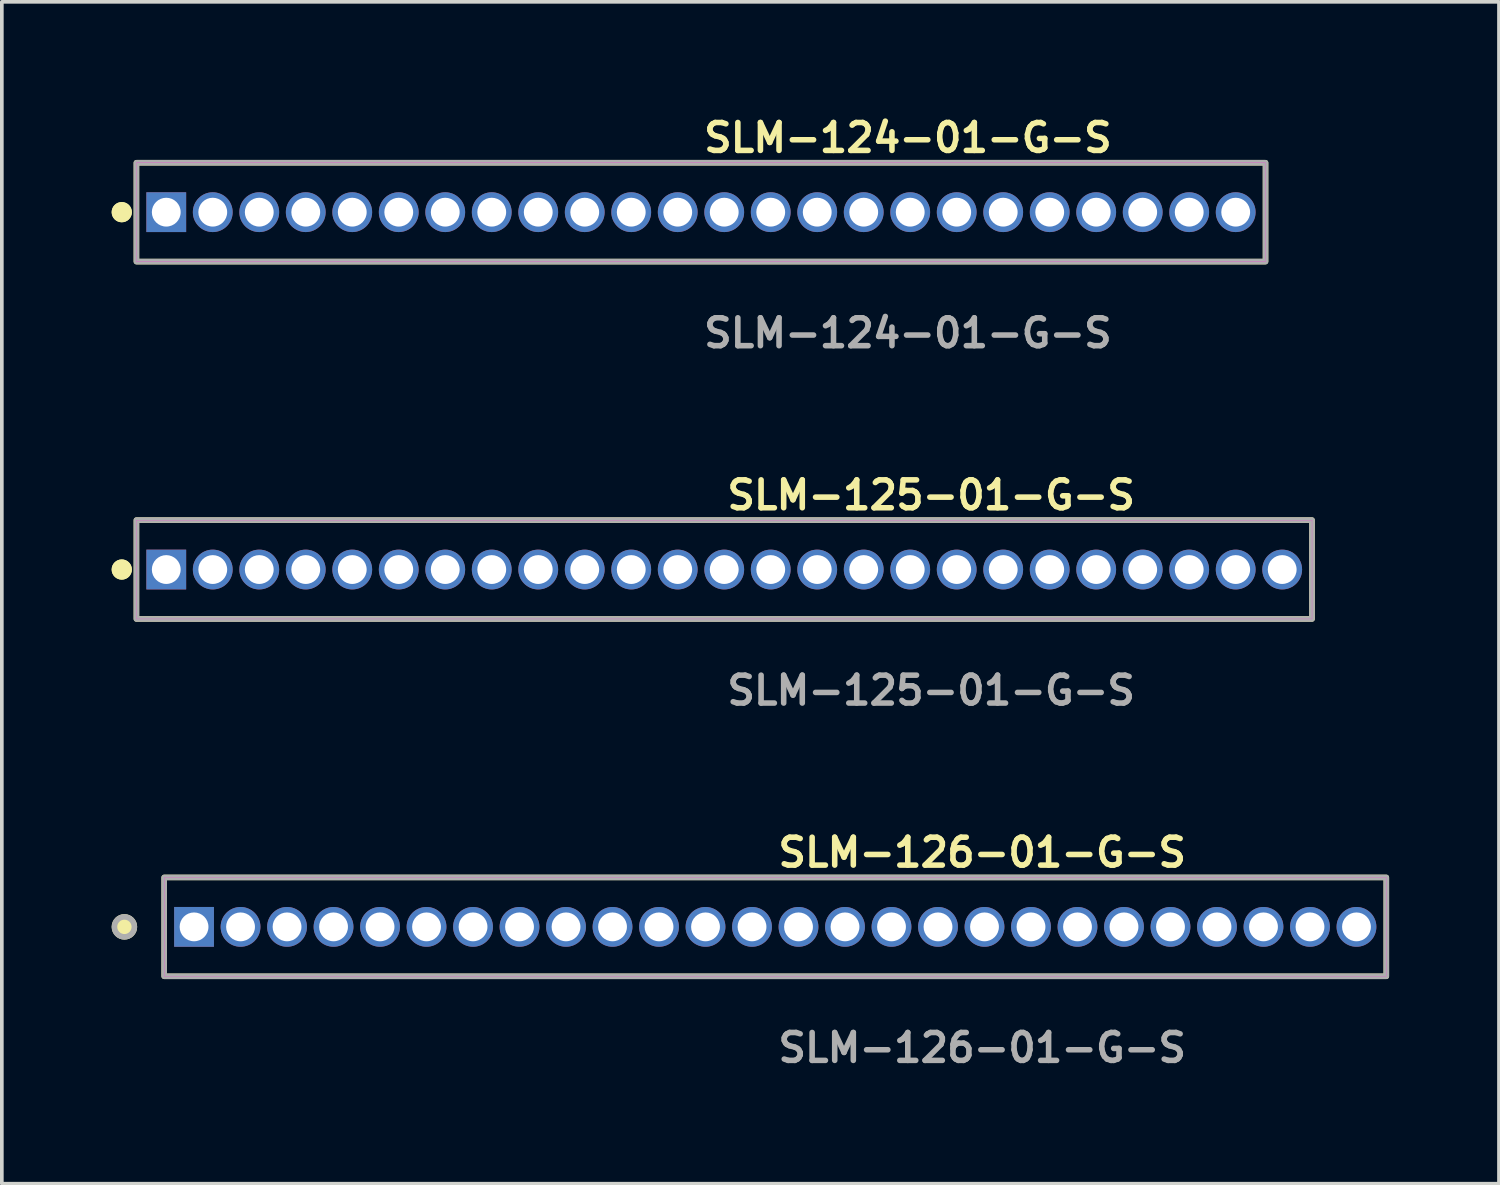
<source format=kicad_pcb>
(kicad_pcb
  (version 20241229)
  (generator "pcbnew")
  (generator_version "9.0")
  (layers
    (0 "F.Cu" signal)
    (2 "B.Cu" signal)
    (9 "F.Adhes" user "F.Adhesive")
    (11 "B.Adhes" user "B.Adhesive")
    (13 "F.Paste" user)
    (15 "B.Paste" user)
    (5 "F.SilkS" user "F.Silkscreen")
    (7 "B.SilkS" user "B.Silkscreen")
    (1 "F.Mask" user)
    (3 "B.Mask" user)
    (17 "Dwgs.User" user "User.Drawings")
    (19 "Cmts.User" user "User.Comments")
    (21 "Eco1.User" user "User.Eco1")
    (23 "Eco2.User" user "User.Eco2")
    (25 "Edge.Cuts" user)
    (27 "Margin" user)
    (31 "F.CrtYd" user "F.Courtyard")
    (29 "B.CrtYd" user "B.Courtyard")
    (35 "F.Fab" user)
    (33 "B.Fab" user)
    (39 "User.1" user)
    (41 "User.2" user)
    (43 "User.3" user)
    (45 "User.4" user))
  (footprint "SLM-126-01-G-S"
    (layer "F.Cu")
    (at 18.125 22.266)
    (property "Reference" "SLM-126-01-G-S" (at 0 -2.032 0) (unlocked yes) (layer "F.SilkS") (effects (font (size 0.762 0.762) (thickness 0.152)) (justify left)))
    (fp_rect (start -16.69 1.35) (end 16.69 -1.35) (stroke (width 0.152) (type solid)) (fill no) (layer "F.SilkS"))
    (fp_circle (center -17.777 0) (end -18.049 0) (stroke (width 0.152) (type solid)) (fill yes) (layer "F.SilkS"))
    (fp_rect (start -16.69 1.35) (end 16.69 -1.35) (stroke (width 0.006) (type solid)) (fill no) (layer "F.CrtYd"))
    (fp_rect (start -16.69 1.35) (end 16.69 -1.35) (stroke (width 0.152) (type solid)) (fill no) (layer "F.Fab"))
    (fp_circle (center -17.777 0) (end -18.049 0) (stroke (width 0.152) (type solid)) (fill no) (layer "F.Fab"))
    (fp_text user "${REFERENCE}" (at 0 3.302 0) (unlocked yes) (layer "F.Fab") (effects (font (size 0.762 0.762) (thickness 0.152)) (justify left)))
    (pad "1" thru_hole rect (at -15.875 0) (size 1.087 1.087) (drill 0.787) (layers "*.Cu" "*.Mask"))
    (pad "2" thru_hole circle (at -14.605 0) (size 1.087 1.087) (drill 0.787) (layers "*.Cu" "*.Mask"))
    (pad "3" thru_hole circle (at -13.335 0) (size 1.087 1.087) (drill 0.787) (layers "*.Cu" "*.Mask"))
    (pad "4" thru_hole circle (at -12.065 0) (size 1.087 1.087) (drill 0.787) (layers "*.Cu" "*.Mask"))
    (pad "5" thru_hole circle (at -10.795 0) (size 1.087 1.087) (drill 0.787) (layers "*.Cu" "*.Mask"))
    (pad "6" thru_hole circle (at -9.525 0) (size 1.087 1.087) (drill 0.787) (layers "*.Cu" "*.Mask"))
    (pad "7" thru_hole circle (at -8.255 0) (size 1.087 1.087) (drill 0.787) (layers "*.Cu" "*.Mask"))
    (pad "8" thru_hole circle (at -6.985 0) (size 1.087 1.087) (drill 0.787) (layers "*.Cu" "*.Mask"))
    (pad "9" thru_hole circle (at -5.715 0) (size 1.087 1.087) (drill 0.787) (layers "*.Cu" "*.Mask"))
    (pad "10" thru_hole circle (at -4.445 0) (size 1.087 1.087) (drill 0.787) (layers "*.Cu" "*.Mask"))
    (pad "11" thru_hole circle (at -3.175 0) (size 1.087 1.087) (drill 0.787) (layers "*.Cu" "*.Mask"))
    (pad "12" thru_hole circle (at -1.905 0) (size 1.087 1.087) (drill 0.787) (layers "*.Cu" "*.Mask"))
    (pad "13" thru_hole circle (at -0.635 0) (size 1.087 1.087) (drill 0.787) (layers "*.Cu" "*.Mask"))
    (pad "14" thru_hole circle (at 0.635 0) (size 1.087 1.087) (drill 0.787) (layers "*.Cu" "*.Mask"))
    (pad "15" thru_hole circle (at 1.905 0) (size 1.087 1.087) (drill 0.787) (layers "*.Cu" "*.Mask"))
    (pad "16" thru_hole circle (at 3.175 0) (size 1.087 1.087) (drill 0.787) (layers "*.Cu" "*.Mask"))
    (pad "17" thru_hole circle (at 4.445 0) (size 1.087 1.087) (drill 0.787) (layers "*.Cu" "*.Mask"))
    (pad "18" thru_hole circle (at 5.715 0) (size 1.087 1.087) (drill 0.787) (layers "*.Cu" "*.Mask"))
    (pad "19" thru_hole circle (at 6.985 0) (size 1.087 1.087) (drill 0.787) (layers "*.Cu" "*.Mask"))
    (pad "20" thru_hole circle (at 8.255 0) (size 1.087 1.087) (drill 0.787) (layers "*.Cu" "*.Mask"))
    (pad "21" thru_hole circle (at 9.525 0) (size 1.087 1.087) (drill 0.787) (layers "*.Cu" "*.Mask"))
    (pad "22" thru_hole circle (at 10.795 0) (size 1.087 1.087) (drill 0.787) (layers "*.Cu" "*.Mask"))
    (pad "23" thru_hole circle (at 12.065 0) (size 1.087 1.087) (drill 0.787) (layers "*.Cu" "*.Mask"))
    (pad "24" thru_hole circle (at 13.335 0) (size 1.087 1.087) (drill 0.787) (layers "*.Cu" "*.Mask"))
    (pad "25" thru_hole circle (at 14.605 0) (size 1.087 1.087) (drill 0.787) (layers "*.Cu" "*.Mask"))
    (pad "26" thru_hole circle (at 15.875 0) (size 1.087 1.087) (drill 0.787) (layers "*.Cu" "*.Mask")))
  (footprint "SLM-125-01-G-S"
    (layer "F.Cu")
    (at 16.731 12.506)
    (property "Reference" "SLM-125-01-G-S" (at 0 -2.032 0) (unlocked yes) (layer "F.SilkS") (effects (font (size 0.762 0.762) (thickness 0.152)) (justify left)))
    (fp_rect (start -16.055 1.35) (end 16.055 -1.35) (stroke (width 0.152) (type solid)) (fill no) (layer "F.SilkS"))
    (fp_circle (center -16.455 0) (end -16.655 0) (stroke (width 0.152) (type solid)) (fill yes) (layer "F.SilkS"))
    (fp_circle (center -16.455 0) (end -16.655 0) (stroke (width 0.152) (type solid)) (fill yes) (layer "F.SilkS"))
    (fp_rect (start -16.055 1.35) (end 16.055 -1.35) (stroke (width 0.006) (type solid)) (fill no) (layer "F.CrtYd"))
    (fp_rect (start -16.055 1.35) (end 16.055 -1.35) (stroke (width 0.152) (type solid)) (fill no) (layer "F.Fab"))
    (fp_text user "${REFERENCE}" (at 0 3.302 0) (unlocked yes) (layer "F.Fab") (effects (font (size 0.762 0.762) (thickness 0.152)) (justify left)))
    (pad "1" thru_hole rect (at -15.24 0) (size 1.087 1.087) (drill 0.787) (layers "*.Cu" "*.Mask"))
    (pad "2" thru_hole circle (at -13.97 0) (size 1.087 1.087) (drill 0.787) (layers "*.Cu" "*.Mask"))
    (pad "3" thru_hole circle (at -12.7 0) (size 1.087 1.087) (drill 0.787) (layers "*.Cu" "*.Mask"))
    (pad "4" thru_hole circle (at -11.43 0) (size 1.087 1.087) (drill 0.787) (layers "*.Cu" "*.Mask"))
    (pad "5" thru_hole circle (at -10.16 0) (size 1.087 1.087) (drill 0.787) (layers "*.Cu" "*.Mask"))
    (pad "6" thru_hole circle (at -8.89 0) (size 1.087 1.087) (drill 0.787) (layers "*.Cu" "*.Mask"))
    (pad "7" thru_hole circle (at -7.62 0) (size 1.087 1.087) (drill 0.787) (layers "*.Cu" "*.Mask"))
    (pad "8" thru_hole circle (at -6.35 0) (size 1.087 1.087) (drill 0.787) (layers "*.Cu" "*.Mask"))
    (pad "9" thru_hole circle (at -5.08 0) (size 1.087 1.087) (drill 0.787) (layers "*.Cu" "*.Mask"))
    (pad "10" thru_hole circle (at -3.81 0) (size 1.087 1.087) (drill 0.787) (layers "*.Cu" "*.Mask"))
    (pad "11" thru_hole circle (at -2.54 0) (size 1.087 1.087) (drill 0.787) (layers "*.Cu" "*.Mask"))
    (pad "12" thru_hole circle (at -1.27 0) (size 1.087 1.087) (drill 0.787) (layers "*.Cu" "*.Mask"))
    (pad "13" thru_hole circle (at 0 0) (size 1.087 1.087) (drill 0.787) (layers "*.Cu" "*.Mask"))
    (pad "14" thru_hole circle (at 1.27 0) (size 1.087 1.087) (drill 0.787) (layers "*.Cu" "*.Mask"))
    (pad "15" thru_hole circle (at 2.54 0) (size 1.087 1.087) (drill 0.787) (layers "*.Cu" "*.Mask"))
    (pad "16" thru_hole circle (at 3.81 0) (size 1.087 1.087) (drill 0.787) (layers "*.Cu" "*.Mask"))
    (pad "17" thru_hole circle (at 5.08 0) (size 1.087 1.087) (drill 0.787) (layers "*.Cu" "*.Mask"))
    (pad "18" thru_hole circle (at 6.35 0) (size 1.087 1.087) (drill 0.787) (layers "*.Cu" "*.Mask"))
    (pad "19" thru_hole circle (at 7.62 0) (size 1.087 1.087) (drill 0.787) (layers "*.Cu" "*.Mask"))
    (pad "20" thru_hole circle (at 8.89 0) (size 1.087 1.087) (drill 0.787) (layers "*.Cu" "*.Mask"))
    (pad "21" thru_hole circle (at 10.16 0) (size 1.087 1.087) (drill 0.787) (layers "*.Cu" "*.Mask"))
    (pad "22" thru_hole circle (at 11.43 0) (size 1.087 1.087) (drill 0.787) (layers "*.Cu" "*.Mask"))
    (pad "23" thru_hole circle (at 12.7 0) (size 1.087 1.087) (drill 0.787) (layers "*.Cu" "*.Mask"))
    (pad "24" thru_hole circle (at 13.97 0) (size 1.087 1.087) (drill 0.787) (layers "*.Cu" "*.Mask"))
    (pad "25" thru_hole circle (at 15.24 0) (size 1.087 1.087) (drill 0.787) (layers "*.Cu" "*.Mask")))
  (footprint "SLM-124-01-G-S"
    (layer "F.Cu")
    (at 16.096 2.745)
    (property "Reference" "SLM-124-01-G-S" (at 0 -2.032 0) (unlocked yes) (layer "F.SilkS") (effects (font (size 0.762 0.762) (thickness 0.152)) (justify left)))
    (fp_rect (start -15.42 1.35) (end 15.42 -1.35) (stroke (width 0.152) (type solid)) (fill no) (layer "F.SilkS"))
    (fp_circle (center -15.82 0) (end -16.02 0) (stroke (width 0.152) (type solid)) (fill yes) (layer "F.SilkS"))
    (fp_circle (center -15.82 0) (end -16.02 0) (stroke (width 0.152) (type solid)) (fill yes) (layer "F.SilkS"))
    (fp_rect (start -15.42 1.35) (end 15.42 -1.35) (stroke (width 0.006) (type solid)) (fill no) (layer "F.CrtYd"))
    (fp_rect (start -15.42 1.35) (end 15.42 -1.35) (stroke (width 0.152) (type solid)) (fill no) (layer "F.Fab"))
    (fp_text user "${REFERENCE}" (at 0 3.302 0) (unlocked yes) (layer "F.Fab") (effects (font (size 0.762 0.762) (thickness 0.152)) (justify left)))
    (pad "1" thru_hole rect (at -14.605 0) (size 1.087 1.087) (drill 0.787) (layers "*.Cu" "*.Mask"))
    (pad "2" thru_hole circle (at -13.335 0) (size 1.087 1.087) (drill 0.787) (layers "*.Cu" "*.Mask"))
    (pad "3" thru_hole circle (at -12.065 0) (size 1.087 1.087) (drill 0.787) (layers "*.Cu" "*.Mask"))
    (pad "4" thru_hole circle (at -10.795 0) (size 1.087 1.087) (drill 0.787) (layers "*.Cu" "*.Mask"))
    (pad "5" thru_hole circle (at -9.525 0) (size 1.087 1.087) (drill 0.787) (layers "*.Cu" "*.Mask"))
    (pad "6" thru_hole circle (at -8.255 0) (size 1.087 1.087) (drill 0.787) (layers "*.Cu" "*.Mask"))
    (pad "7" thru_hole circle (at -6.985 0) (size 1.087 1.087) (drill 0.787) (layers "*.Cu" "*.Mask"))
    (pad "8" thru_hole circle (at -5.715 0) (size 1.087 1.087) (drill 0.787) (layers "*.Cu" "*.Mask"))
    (pad "9" thru_hole circle (at -4.445 0) (size 1.087 1.087) (drill 0.787) (layers "*.Cu" "*.Mask"))
    (pad "10" thru_hole circle (at -3.175 0) (size 1.087 1.087) (drill 0.787) (layers "*.Cu" "*.Mask"))
    (pad "11" thru_hole circle (at -1.905 0) (size 1.087 1.087) (drill 0.787) (layers "*.Cu" "*.Mask"))
    (pad "12" thru_hole circle (at -0.635 0) (size 1.087 1.087) (drill 0.787) (layers "*.Cu" "*.Mask"))
    (pad "13" thru_hole circle (at 0.635 0) (size 1.087 1.087) (drill 0.787) (layers "*.Cu" "*.Mask"))
    (pad "14" thru_hole circle (at 1.905 0) (size 1.087 1.087) (drill 0.787) (layers "*.Cu" "*.Mask"))
    (pad "15" thru_hole circle (at 3.175 0) (size 1.087 1.087) (drill 0.787) (layers "*.Cu" "*.Mask"))
    (pad "16" thru_hole circle (at 4.445 0) (size 1.087 1.087) (drill 0.787) (layers "*.Cu" "*.Mask"))
    (pad "17" thru_hole circle (at 5.715 0) (size 1.087 1.087) (drill 0.787) (layers "*.Cu" "*.Mask"))
    (pad "18" thru_hole circle (at 6.985 0) (size 1.087 1.087) (drill 0.787) (layers "*.Cu" "*.Mask"))
    (pad "19" thru_hole circle (at 8.255 0) (size 1.087 1.087) (drill 0.787) (layers "*.Cu" "*.Mask"))
    (pad "20" thru_hole circle (at 9.525 0) (size 1.087 1.087) (drill 0.787) (layers "*.Cu" "*.Mask"))
    (pad "21" thru_hole circle (at 10.795 0) (size 1.087 1.087) (drill 0.787) (layers "*.Cu" "*.Mask"))
    (pad "22" thru_hole circle (at 12.065 0) (size 1.087 1.087) (drill 0.787) (layers "*.Cu" "*.Mask"))
    (pad "23" thru_hole circle (at 13.335 0) (size 1.087 1.087) (drill 0.787) (layers "*.Cu" "*.Mask"))
    (pad "24" thru_hole circle (at 14.605 0) (size 1.087 1.087) (drill 0.787) (layers "*.Cu" "*.Mask")))
  (gr_rect
    (start -3 -3)
    (end 37.892 29.281)
    (stroke (width 0.1) (type default))
    (fill no)
    (layer "Edge.Cuts")))
</source>
